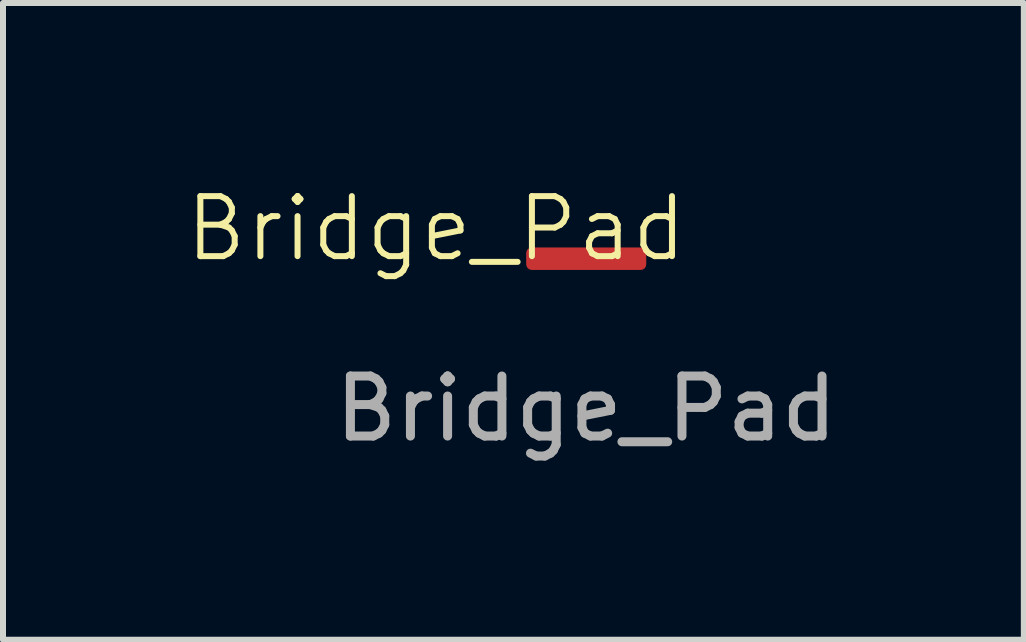
<source format=kicad_pcb>
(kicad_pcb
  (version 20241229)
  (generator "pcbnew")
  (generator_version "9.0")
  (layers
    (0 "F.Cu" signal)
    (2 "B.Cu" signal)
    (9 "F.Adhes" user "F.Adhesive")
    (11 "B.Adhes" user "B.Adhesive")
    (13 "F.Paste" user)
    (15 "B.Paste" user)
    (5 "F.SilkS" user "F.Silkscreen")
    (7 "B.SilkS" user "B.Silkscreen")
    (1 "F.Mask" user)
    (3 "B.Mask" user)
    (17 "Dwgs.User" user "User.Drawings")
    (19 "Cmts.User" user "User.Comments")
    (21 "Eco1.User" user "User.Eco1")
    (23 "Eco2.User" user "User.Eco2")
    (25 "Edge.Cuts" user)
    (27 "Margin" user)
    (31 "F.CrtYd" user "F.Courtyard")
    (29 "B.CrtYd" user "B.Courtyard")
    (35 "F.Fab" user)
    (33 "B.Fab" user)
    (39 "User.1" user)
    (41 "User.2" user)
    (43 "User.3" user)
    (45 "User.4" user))
  (footprint "Bridge_Pad"
    (layer "F.Cu")
    (at 6.717 1.26)
    (property "Reference" "Bridge_Pad" (at -2.5 -0.5 0) (unlocked yes) (layer "F.SilkS") (effects (font (size 1 1) (thickness 0.1))))
    (attr smd)
    (fp_text user "${REFERENCE}" (at 0 2.5 0) (unlocked yes) (layer "F.Fab") (effects (font (size 1 1) (thickness 0.15))))
    (pad "1" smd roundrect (at 0 0) (size 2 0.375) (layers "F.Cu" "F.Mask" "F.Paste") (roundrect_rratio 0.25)))
  (gr_rect
    (start -3 -3)
    (end 14.008 7.609)
    (stroke (width 0.1) (type default))
    (fill no)
    (layer "Edge.Cuts")))
</source>
